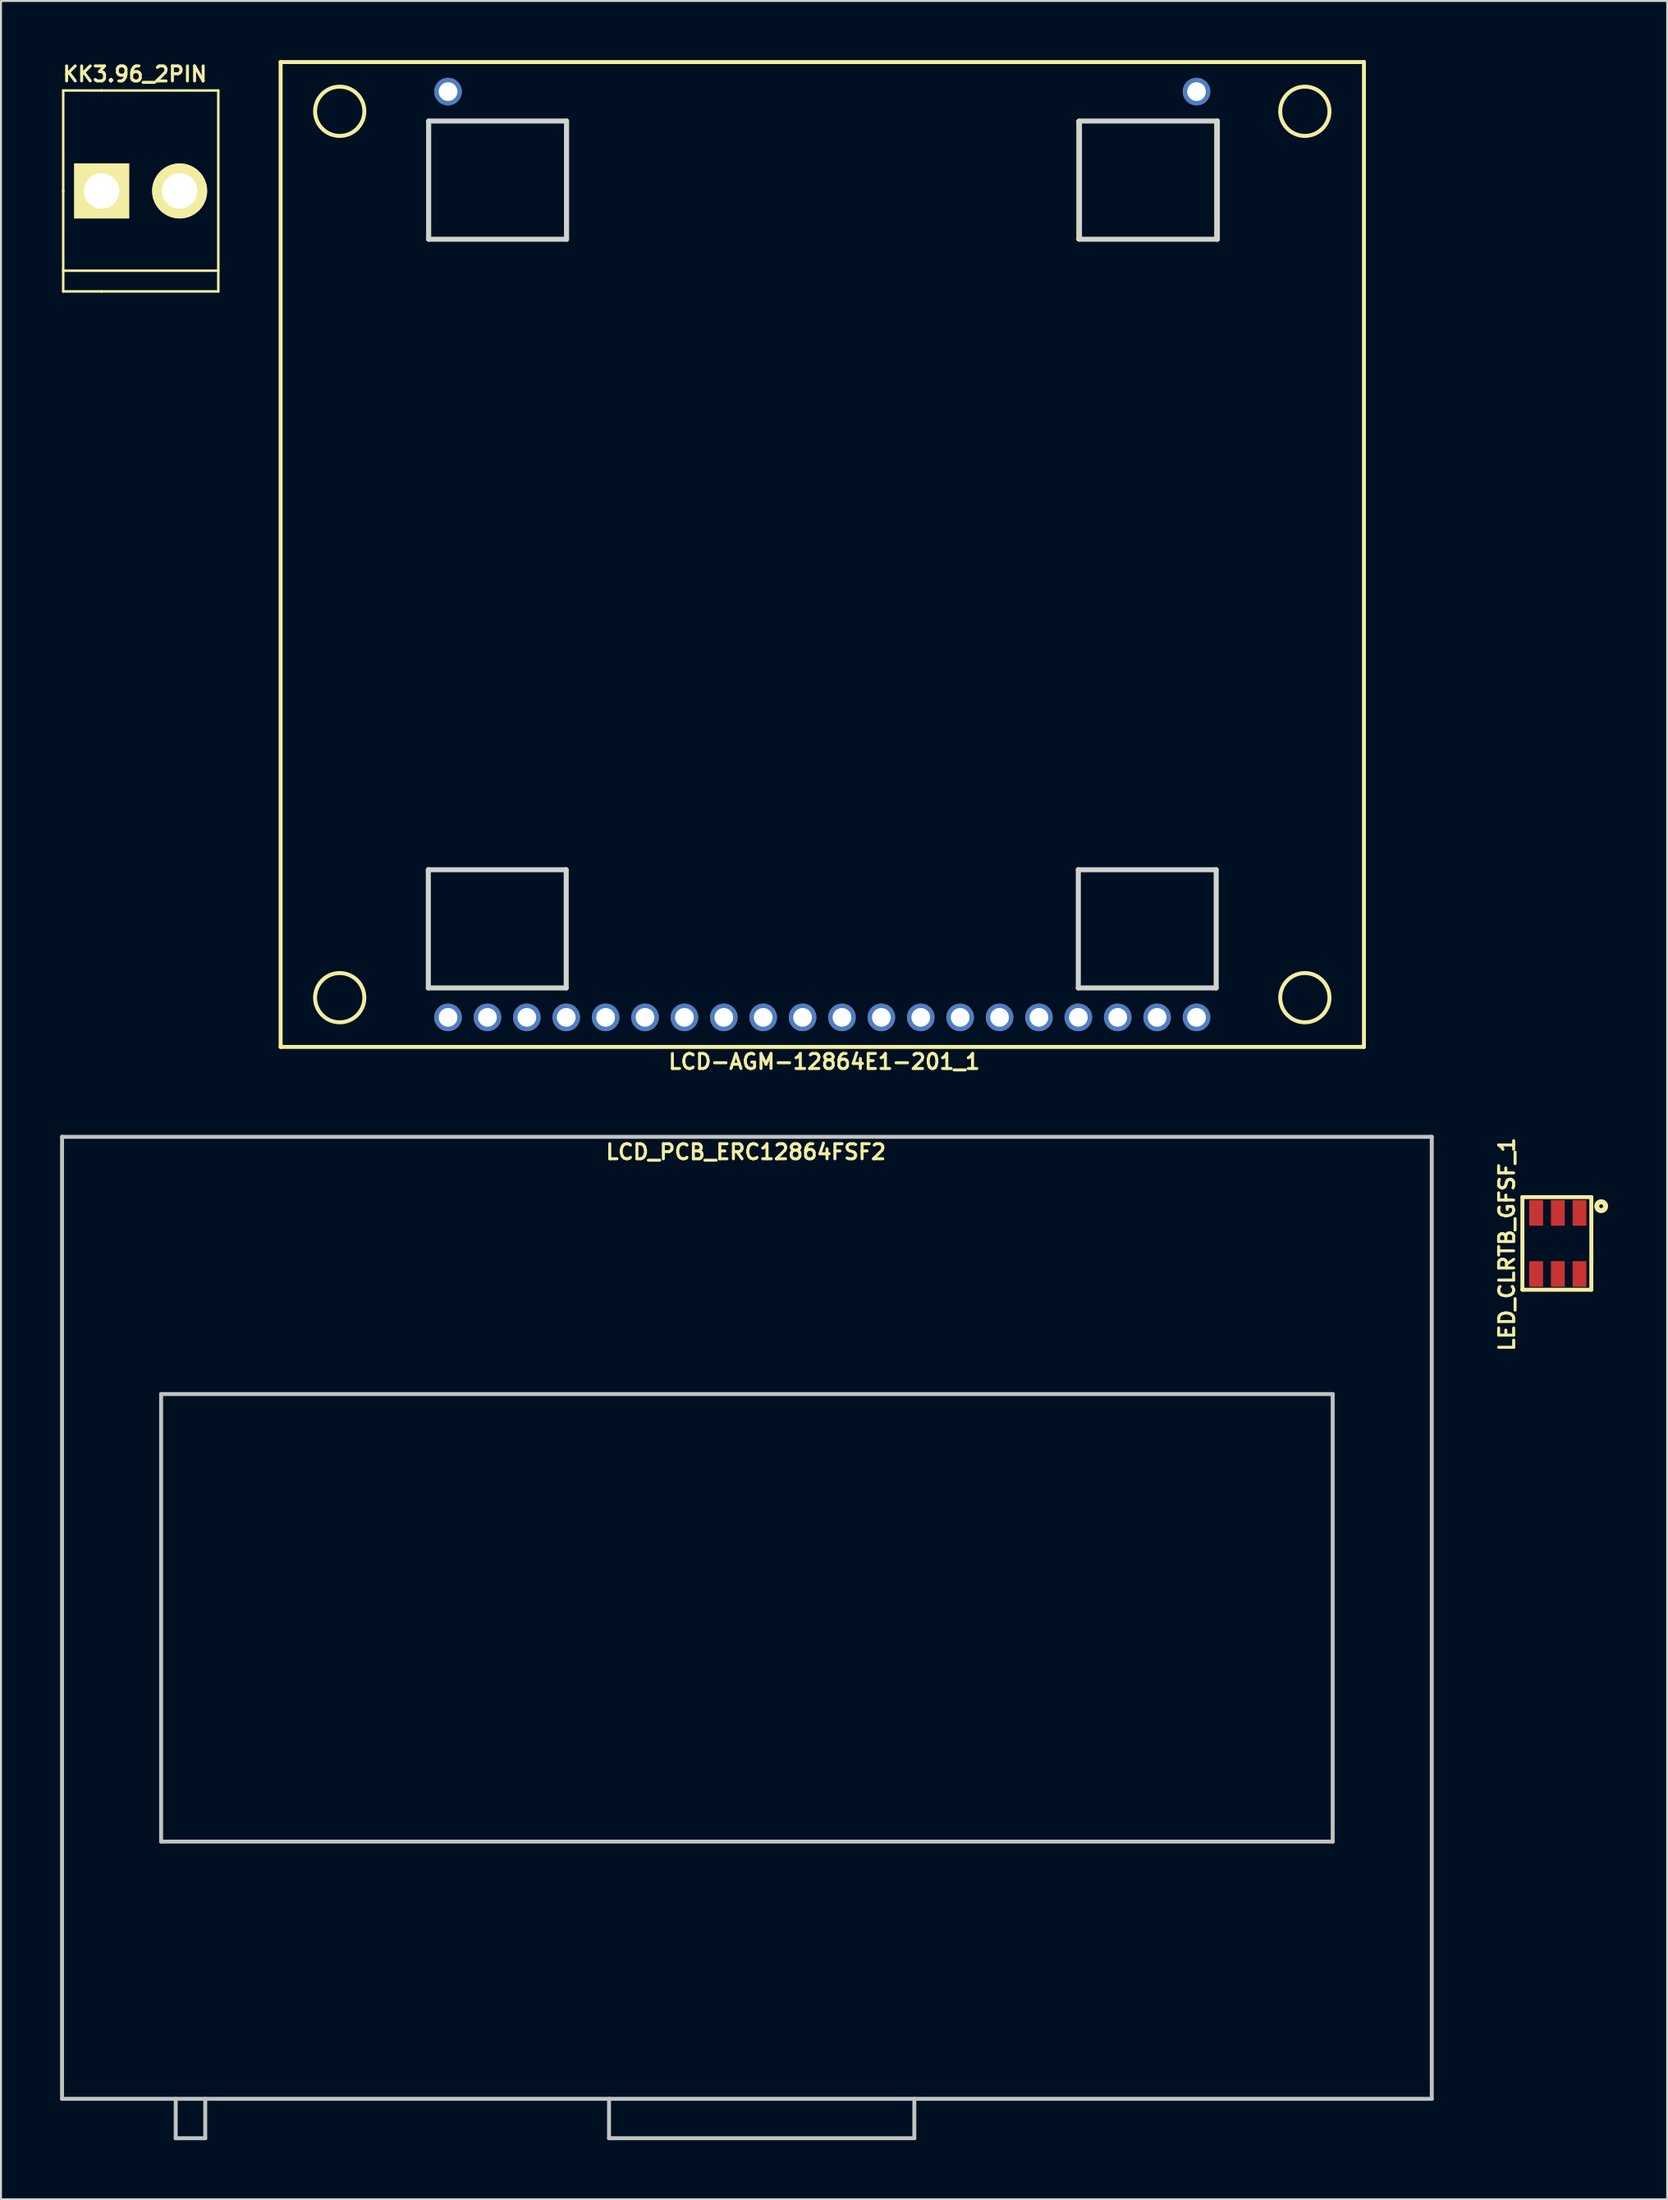
<source format=kicad_pcb>
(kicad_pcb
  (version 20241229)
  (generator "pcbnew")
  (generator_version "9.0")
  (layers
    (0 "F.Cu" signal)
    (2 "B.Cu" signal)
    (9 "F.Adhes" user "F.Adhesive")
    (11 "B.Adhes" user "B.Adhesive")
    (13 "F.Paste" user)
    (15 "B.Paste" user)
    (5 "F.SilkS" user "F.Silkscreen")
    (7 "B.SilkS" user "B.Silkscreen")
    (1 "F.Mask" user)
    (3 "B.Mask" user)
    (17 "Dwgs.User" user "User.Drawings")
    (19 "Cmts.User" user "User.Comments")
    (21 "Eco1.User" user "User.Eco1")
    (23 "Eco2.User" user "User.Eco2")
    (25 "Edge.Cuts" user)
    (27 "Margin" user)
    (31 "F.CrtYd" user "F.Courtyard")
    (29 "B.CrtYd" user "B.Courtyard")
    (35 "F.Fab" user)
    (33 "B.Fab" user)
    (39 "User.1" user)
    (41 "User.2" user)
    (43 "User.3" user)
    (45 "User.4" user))
  (footprint "KK3.96_2PIN"
    (placed yes)
    (layer "F.Cu")
    (at 2.11 6.644)
    (property "Reference" "KK3.96_2PIN" (at 1.689 -5.931 0) (layer "F.SilkS") (effects (font (size 0.762 0.762) (thickness 0.152))))
    (attr through_hole)
    (fp_line (start -1.951 -5.1) (end 0 -5.1) (stroke (width 0.127) (type solid)) (layer "F.SilkS"))
    (fp_line (start -1.951 0) (end -1.951 -5.1) (stroke (width 0.127) (type solid)) (layer "F.SilkS"))
    (fp_line (start -1.951 0) (end -1.951 5.1) (stroke (width 0.127) (type solid)) (layer "F.SilkS"))
    (fp_line (start -1.951 4.049) (end 5.923 4.049) (stroke (width 0.127) (type solid)) (layer "F.SilkS"))
    (fp_line (start -1.951 5.1) (end 0 5.1) (stroke (width 0.127) (type solid)) (layer "F.SilkS"))
    (fp_line (start 0 -5.1) (end 5.923 -5.1) (stroke (width 0.127) (type solid)) (layer "F.SilkS"))
    (fp_line (start 0 5.1) (end 5.923 5.1) (stroke (width 0.127) (type solid)) (layer "F.SilkS"))
    (fp_line (start 5.923 -5.1) (end 5.923 5.1) (stroke (width 0.127) (type solid)) (layer "F.SilkS"))
    (pad "1" thru_hole rect (at 0 0) (size 2.794 2.794) (drill 1.801) (layers "*.Cu" "*.Mask" "F.SilkS"))
    (pad "2" thru_hole circle (at 3.96 0) (size 2.794 2.794) (drill 1.801) (layers "*.Cu" "*.Mask" "F.SilkS")))
  (footprint "LCD_PCB_ERC12864FSF2"
    (layer "F.Cu")
    (at 34.87 79.083)
    (property "Reference" "LCD_PCB_ERC12864FSF2" (at -0.05 -23.65 0) (layer "F.SilkS") (effects (font (size 0.762 0.762) (thickness 0.152))))
    (attr through_hole)
    (fp_line (start -34.77 -24.42) (end 34.77 -24.42) (stroke (width 0.2) (type solid)) (layer "Dwgs.User"))
    (fp_line (start -34.77 24.42) (end -34.77 -24.42) (stroke (width 0.2) (type solid)) (layer "Dwgs.User"))
    (fp_line (start -29.74 -11.36) (end -29.74 11.36) (stroke (width 0.2) (type solid)) (layer "Dwgs.User"))
    (fp_line (start -29.74 11.36) (end 29.74 11.36) (stroke (width 0.2) (type solid)) (layer "Dwgs.User"))
    (fp_line (start -29 24.42) (end -29 26.42) (stroke (width 0.2) (type solid)) (layer "Dwgs.User"))
    (fp_line (start -29 26.42) (end -27.5 26.42) (stroke (width 0.2) (type solid)) (layer "Dwgs.User"))
    (fp_line (start -27.5 26.42) (end -27.5 24.42) (stroke (width 0.2) (type solid)) (layer "Dwgs.User"))
    (fp_line (start -7 24.42) (end -7 26.42) (stroke (width 0.2) (type solid)) (layer "Dwgs.User"))
    (fp_line (start -7 26.42) (end 8.5 26.42) (stroke (width 0.2) (type solid)) (layer "Dwgs.User"))
    (fp_line (start 8.5 26.42) (end 8.5 24.42) (stroke (width 0.2) (type solid)) (layer "Dwgs.User"))
    (fp_line (start 29.74 -11.36) (end -29.74 -11.36) (stroke (width 0.2) (type solid)) (layer "Dwgs.User"))
    (fp_line (start 29.74 11.36) (end 29.74 -11.36) (stroke (width 0.2) (type solid)) (layer "Dwgs.User"))
    (fp_line (start 34.77 -24.42) (end 34.77 24.42) (stroke (width 0.2) (type solid)) (layer "Dwgs.User"))
    (fp_line (start 34.77 24.42) (end -34.77 24.42) (stroke (width 0.2) (type solid)) (layer "Dwgs.User")))
  (footprint "LED_CLRTB_GFSF_1"
    (layer "F.Cu")
    (at 76.041 60.076)
    (property "Reference" "LED_CLRTB_GFSF_1" (at -2.588 0.046 270) (layer "F.SilkS") (effects (font (size 0.762 0.762) (thickness 0.152))))
    (attr smd)
    (fp_line (start -1.8 -2.35) (end -1.8 2.35) (stroke (width 0.2) (type solid)) (layer "F.SilkS"))
    (fp_line (start -1.8 -2.35) (end 1.7 -2.35) (stroke (width 0.2) (type solid)) (layer "F.SilkS"))
    (fp_line (start -1.8 2.35) (end 1.7 2.35) (stroke (width 0.2) (type solid)) (layer "F.SilkS"))
    (fp_line (start 1.7 2.35) (end 1.7 -2.35) (stroke (width 0.2) (type solid)) (layer "F.SilkS"))
    (fp_arc (start 2.42361 -1.89) (mid 1.97639 -1.89) (end 2.42361 -1.89) (stroke (width 0.254) (type solid)) (layer "F.SilkS"))
    (pad "1" smd rect (at 1.1 -1.55) (size 0.7 1.3) (layers "F.Cu" "F.Mask" "F.Paste"))
    (pad "2" smd rect (at 0 -1.55) (size 0.7 1.3) (layers "F.Cu" "F.Mask" "F.Paste"))
    (pad "3" smd rect (at -1.1 -1.55) (size 0.7 1.3) (layers "F.Cu" "F.Mask" "F.Paste"))
    (pad "4" smd rect (at -1.1 1.55) (size 0.7 1.3) (layers "F.Cu" "F.Mask" "F.Paste"))
    (pad "5" smd rect (at 0 1.55) (size 0.7 1.3) (layers "F.Cu" "F.Mask" "F.Paste"))
    (pad "6" smd rect (at 1.1 1.55) (size 0.7 1.3) (layers "F.Cu" "F.Mask" "F.Paste")))
  (footprint "LCD-AGM-12864E1-201_1"
    (layer "F.Cu")
    (at 38.697 25.1)
    (property "Reference" "LCD-AGM-12864E1-201_1" (at 0.1 25.75 0) (layer "F.SilkS") (effects (font (size 0.762 0.762) (thickness 0.152))))
    (attr smd)
    (fp_line (start -27.5 -25) (end 27.5 -25) (stroke (width 0.2) (type solid)) (layer "F.SilkS"))
    (fp_line (start -27.5 25) (end -27.5 -25) (stroke (width 0.2) (type solid)) (layer "F.SilkS"))
    (fp_line (start -20 -22) (end -20 -16) (stroke (width 0.2) (type solid)) (layer "F.SilkS"))
    (fp_line (start -20 -16) (end -13 -16) (stroke (width 0.2) (type solid)) (layer "F.SilkS"))
    (fp_line (start -20 16) (end -20 22) (stroke (width 0.2) (type solid)) (layer "F.SilkS"))
    (fp_line (start -20 22) (end -13 22) (stroke (width 0.2) (type solid)) (layer "F.SilkS"))
    (fp_line (start -13 -22) (end -20 -22) (stroke (width 0.2) (type solid)) (layer "F.SilkS"))
    (fp_line (start -13 -16) (end -13 -22) (stroke (width 0.2) (type solid)) (layer "F.SilkS"))
    (fp_line (start -13 16) (end -20 16) (stroke (width 0.2) (type solid)) (layer "F.SilkS"))
    (fp_line (start -13 22) (end -13 16) (stroke (width 0.2) (type solid)) (layer "F.SilkS"))
    (fp_line (start 13 -22) (end 13 -16) (stroke (width 0.2) (type solid)) (layer "F.SilkS"))
    (fp_line (start 13 -16) (end 20 -16) (stroke (width 0.2) (type solid)) (layer "F.SilkS"))
    (fp_line (start 13 16) (end 13 22) (stroke (width 0.2) (type solid)) (layer "F.SilkS"))
    (fp_line (start 13 22) (end 20 22) (stroke (width 0.2) (type solid)) (layer "F.SilkS"))
    (fp_line (start 20 -22) (end 13 -22) (stroke (width 0.2) (type solid)) (layer "F.SilkS"))
    (fp_line (start 20 -16) (end 20 -22) (stroke (width 0.2) (type solid)) (layer "F.SilkS"))
    (fp_line (start 20 16) (end 13 16) (stroke (width 0.2) (type solid)) (layer "F.SilkS"))
    (fp_line (start 20 22) (end 20 16) (stroke (width 0.2) (type solid)) (layer "F.SilkS"))
    (fp_line (start 27.5 -25) (end 27.5 25) (stroke (width 0.2) (type solid)) (layer "F.SilkS"))
    (fp_line (start 27.5 25) (end -27.5 25) (stroke (width 0.2) (type solid)) (layer "F.SilkS"))
    (fp_circle (center -24.5 -22.5) (end -23.25 -22.5) (stroke (width 0.2) (type solid)) (fill no) (layer "F.SilkS"))
    (fp_circle (center -24.5 22.5) (end -23.25 22.5) (stroke (width 0.2) (type solid)) (fill no) (layer "F.SilkS"))
    (fp_circle (center 24.5 -22.5) (end 25.75 -22.5) (stroke (width 0.2) (type solid)) (fill no) (layer "F.SilkS"))
    (fp_circle (center 24.5 22.5) (end 25.75 22.5) (stroke (width 0.2) (type solid)) (fill no) (layer "F.SilkS"))
    (fp_line (start -20.002 16.005) (end -20.002 22.005) (stroke (width 0.254) (type solid)) (layer "Edge.Cuts"))
    (fp_line (start -19.982 -22.005) (end -19.982 -16.005) (stroke (width 0.254) (type solid)) (layer "Edge.Cuts"))
    (fp_line (start -13.002 16.005) (end -20.002 16.005) (stroke (width 0.254) (type solid)) (layer "Edge.Cuts"))
    (fp_line (start -13.002 22.005) (end -20.002 22.005) (stroke (width 0.254) (type solid)) (layer "Edge.Cuts"))
    (fp_line (start -13.002 22.005) (end -13.002 16.005) (stroke (width 0.254) (type solid)) (layer "Edge.Cuts"))
    (fp_line (start -12.982 -22.005) (end -19.982 -22.005) (stroke (width 0.254) (type solid)) (layer "Edge.Cuts"))
    (fp_line (start -12.982 -16.005) (end -19.982 -16.005) (stroke (width 0.254) (type solid)) (layer "Edge.Cuts"))
    (fp_line (start -12.982 -16.005) (end -12.982 -22.005) (stroke (width 0.254) (type solid)) (layer "Edge.Cuts"))
    (fp_line (start 12.998 16.005) (end 12.998 22.005) (stroke (width 0.254) (type solid)) (layer "Edge.Cuts"))
    (fp_line (start 13.058 -22.005) (end 13.058 -16.005) (stroke (width 0.254) (type solid)) (layer "Edge.Cuts"))
    (fp_line (start 19.998 16.005) (end 12.998 16.005) (stroke (width 0.254) (type solid)) (layer "Edge.Cuts"))
    (fp_line (start 19.998 22.005) (end 12.998 22.005) (stroke (width 0.254) (type solid)) (layer "Edge.Cuts"))
    (fp_line (start 19.998 22.005) (end 19.998 16.005) (stroke (width 0.254) (type solid)) (layer "Edge.Cuts"))
    (fp_line (start 20.058 -22.005) (end 13.058 -22.005) (stroke (width 0.254) (type solid)) (layer "Edge.Cuts"))
    (fp_line (start 20.058 -16.005) (end 13.058 -16.005) (stroke (width 0.254) (type solid)) (layer "Edge.Cuts"))
    (fp_line (start 20.058 -16.005) (end 20.058 -22.005) (stroke (width 0.254) (type solid)) (layer "Edge.Cuts"))
    (pad "1" thru_hole circle (at 19 23.5 180) (size 1.4 1.4) (drill 0.95) (layers "*.Cu" "*.Mask"))
    (pad "2" thru_hole circle (at 17 23.5 180) (size 1.4 1.4) (drill 0.95) (layers "*.Cu" "*.Mask"))
    (pad "3" thru_hole circle (at 15 23.5 180) (size 1.4 1.4) (drill 0.95) (layers "*.Cu" "*.Mask"))
    (pad "4" thru_hole circle (at 13 23.5 180) (size 1.4 1.4) (drill 0.95) (layers "*.Cu" "*.Mask"))
    (pad "5" thru_hole circle (at 11 23.5 180) (size 1.4 1.4) (drill 0.95) (layers "*.Cu" "*.Mask"))
    (pad "6" thru_hole circle (at 9 23.5 180) (size 1.4 1.4) (drill 0.95) (layers "*.Cu" "*.Mask"))
    (pad "7" thru_hole circle (at 7 23.5 180) (size 1.4 1.4) (drill 0.95) (layers "*.Cu" "*.Mask"))
    (pad "8" thru_hole circle (at 5 23.5 180) (size 1.4 1.4) (drill 0.95) (layers "*.Cu" "*.Mask"))
    (pad "9" thru_hole circle (at 3 23.5 180) (size 1.4 1.4) (drill 0.95) (layers "*.Cu" "*.Mask"))
    (pad "10" thru_hole circle (at 1 23.5 180) (size 1.4 1.4) (drill 0.95) (layers "*.Cu" "*.Mask"))
    (pad "11" thru_hole circle (at -1 23.5 180) (size 1.4 1.4) (drill 0.95) (layers "*.Cu" "*.Mask"))
    (pad "12" thru_hole circle (at -3 23.5 180) (size 1.4 1.4) (drill 0.95) (layers "*.Cu" "*.Mask"))
    (pad "13" thru_hole circle (at -5 23.5 180) (size 1.4 1.4) (drill 0.95) (layers "*.Cu" "*.Mask"))
    (pad "14" thru_hole circle (at -7 23.5 180) (size 1.4 1.4) (drill 0.95) (layers "*.Cu" "*.Mask"))
    (pad "15" thru_hole circle (at -9 23.5 180) (size 1.4 1.4) (drill 0.95) (layers "*.Cu" "*.Mask"))
    (pad "16" thru_hole circle (at -11 23.5 180) (size 1.4 1.4) (drill 0.95) (layers "*.Cu" "*.Mask"))
    (pad "17" thru_hole circle (at -13 23.5 180) (size 1.4 1.4) (drill 0.95) (layers "*.Cu" "*.Mask"))
    (pad "18" thru_hole circle (at -15 23.5 180) (size 1.4 1.4) (drill 0.95) (layers "*.Cu" "*.Mask"))
    (pad "19" thru_hole circle (at -17 23.5 180) (size 1.4 1.4) (drill 0.95) (layers "*.Cu" "*.Mask"))
    (pad "20" thru_hole circle (at -19 23.5 180) (size 1.4 1.4) (drill 0.95) (layers "*.Cu" "*.Mask"))
    (pad "21" thru_hole circle (at 19 -23.5) (size 1.4 1.4) (drill 0.95) (layers "*.Cu" "*.Mask"))
    (pad "22" thru_hole circle (at -19 -23.5) (size 1.4 1.4) (drill 0.95) (layers "*.Cu" "*.Mask")))
  (gr_rect
    (start -3 -3)
    (end 81.592 108.603)
    (stroke (width 0.1) (type default))
    (fill no)
    (layer "Edge.Cuts")))
</source>
